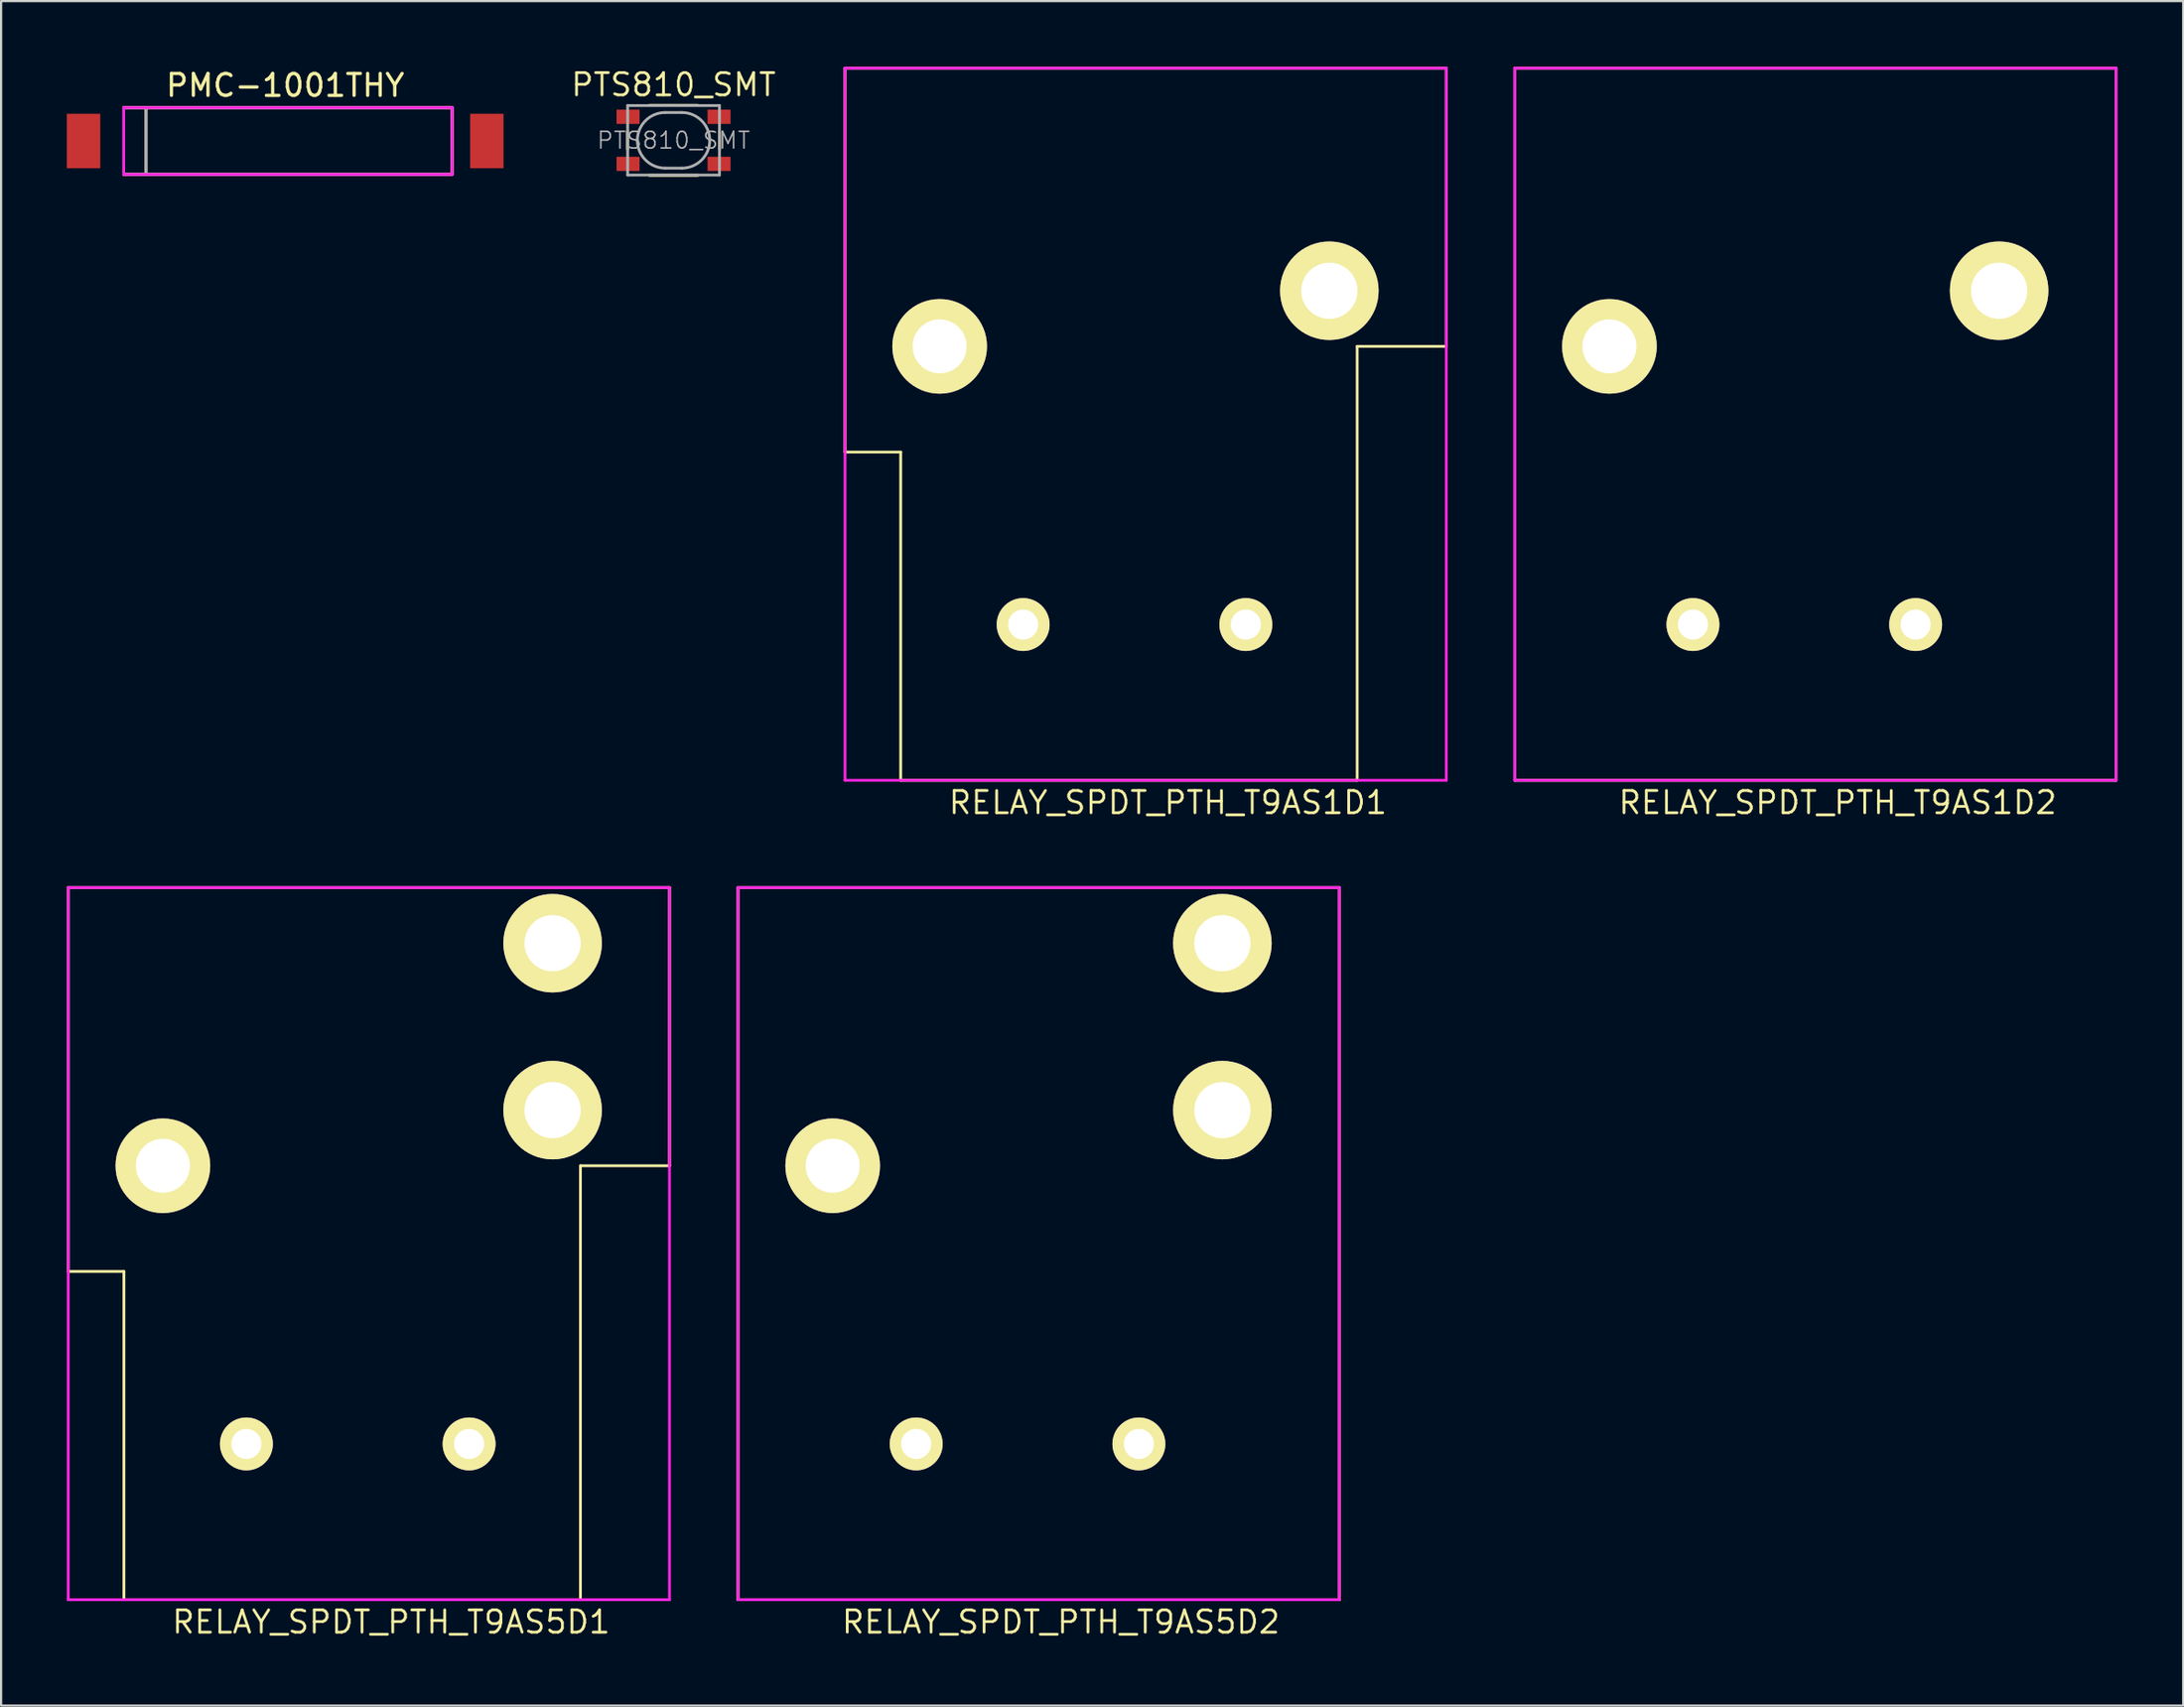
<source format=kicad_pcb>
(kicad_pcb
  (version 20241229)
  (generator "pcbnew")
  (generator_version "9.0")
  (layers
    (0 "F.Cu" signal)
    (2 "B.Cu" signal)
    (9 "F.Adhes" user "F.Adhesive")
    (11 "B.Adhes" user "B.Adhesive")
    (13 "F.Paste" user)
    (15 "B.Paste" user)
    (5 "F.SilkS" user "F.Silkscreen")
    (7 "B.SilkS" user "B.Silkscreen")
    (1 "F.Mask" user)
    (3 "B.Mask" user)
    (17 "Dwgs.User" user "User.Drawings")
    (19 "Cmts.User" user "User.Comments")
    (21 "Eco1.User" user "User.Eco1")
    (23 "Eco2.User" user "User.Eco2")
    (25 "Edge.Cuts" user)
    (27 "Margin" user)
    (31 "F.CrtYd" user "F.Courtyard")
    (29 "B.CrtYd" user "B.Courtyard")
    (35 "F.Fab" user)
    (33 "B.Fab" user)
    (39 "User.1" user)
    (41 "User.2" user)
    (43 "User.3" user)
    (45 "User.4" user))
  (footprint "RELAY_SPDT_PTH_T9AS5D1"
    (layer "F.Cu")
    (at 14.796 52.712)
    (property "Reference" "RELAY_SPDT_PTH_T9AS5D1" (at 0 18.288 0) (layer "F.SilkS") (effects (font (size 1.016 1.016) (thickness 0.127))))
    (attr through_hole)
    (fp_line (start -14.732 -15.24) (end -14.732 2.286) (stroke (width 0.127) (type solid)) (layer "F.SilkS"))
    (fp_line (start -14.732 2.286) (end -12.192 2.286) (stroke (width 0.127) (type solid)) (layer "F.SilkS"))
    (fp_line (start -12.192 2.286) (end -12.192 17.272) (stroke (width 0.127) (type solid)) (layer "F.SilkS"))
    (fp_line (start -12.192 17.272) (end 8.636 17.272) (stroke (width 0.127) (type solid)) (layer "F.SilkS"))
    (fp_line (start 8.636 -2.54) (end 8.636 17.272) (stroke (width 0.127) (type solid)) (layer "F.SilkS"))
    (fp_line (start 8.636 -2.54) (end 12.7 -2.54) (stroke (width 0.127) (type solid)) (layer "F.SilkS"))
    (fp_line (start 12.7 -15.24) (end -14.732 -15.24) (stroke (width 0.127) (type solid)) (layer "F.SilkS"))
    (fp_line (start 12.7 -2.54) (end 12.7 -15.24) (stroke (width 0.127) (type solid)) (layer "F.SilkS"))
    (fp_line (start -14.732 -15.24) (end 12.7 -15.24) (stroke (width 0.127) (type solid)) (layer "F.CrtYd"))
    (fp_line (start -14.732 17.272) (end -14.732 -15.24) (stroke (width 0.127) (type solid)) (layer "F.CrtYd"))
    (fp_line (start 12.7 -15.24) (end 12.7 17.272) (stroke (width 0.127) (type solid)) (layer "F.CrtYd"))
    (fp_line (start 12.7 17.272) (end -14.732 17.272) (stroke (width 0.127) (type solid)) (layer "F.CrtYd"))
    (pad "1" thru_hole circle (at 3.556 10.16 180) (size 2.413 2.413) (drill 1.372) (layers "*.Cu" "*.Mask" "F.SilkS"))
    (pad "2" thru_hole circle (at -6.604 10.16 180) (size 2.413 2.413) (drill 1.372) (layers "*.Cu" "*.Mask" "F.SilkS"))
    (pad "3" thru_hole circle (at 7.366 -5.08 180) (size 4.496 4.496) (drill 2.565) (layers "*.Cu" "*.Mask" "F.SilkS"))
    (pad "4" thru_hole circle (at -10.414 -2.54 180) (size 4.318 4.318) (drill 2.464) (layers "*.Cu" "*.Mask" "F.SilkS"))
    (pad "5" thru_hole circle (at 7.366 -12.7 180) (size 4.496 4.496) (drill 2.565) (layers "*.Cu" "*.Mask" "F.SilkS")))
  (footprint "PTS810_SMT"
    (layer "F.Cu")
    (at 27.681 3.357)
    (property "Reference" "PTS810_SMT" (at 0 -2.54 0) (layer "F.SilkS") (effects (font (size 1.016 1.016) (thickness 0.127))))
    (attr through_hole)
    (fp_line (start -2.1 0.4) (end -2.1 -0.4) (stroke (width 0.127) (type solid)) (layer "F.SilkS"))
    (fp_line (start -1.1 -1.6) (end 1.1 -1.6) (stroke (width 0.127) (type solid)) (layer "F.SilkS"))
    (fp_line (start 1.1 1.6) (end -1.1 1.6) (stroke (width 0.127) (type solid)) (layer "F.SilkS"))
    (fp_line (start 2.1 -0.4) (end 2.1 0.4) (stroke (width 0.127) (type solid)) (layer "F.SilkS"))
    (fp_line (start -2.095 -1.587) (end 2.095 -1.587) (stroke (width 0.127) (type solid)) (layer "F.Fab"))
    (fp_line (start -2.095 1.587) (end -2.095 -1.587) (stroke (width 0.127) (type solid)) (layer "F.Fab"))
    (fp_line (start -0.381 -1.27) (end 0.381 -1.27) (stroke (width 0.127) (type solid)) (layer "F.Fab"))
    (fp_line (start -0.381 1.27) (end 0.381 1.27) (stroke (width 0.127) (type solid)) (layer "F.Fab"))
    (fp_line (start 2.095 -1.587) (end 2.095 1.587) (stroke (width 0.127) (type solid)) (layer "F.Fab"))
    (fp_line (start 2.095 1.587) (end -2.095 1.587) (stroke (width 0.127) (type solid)) (layer "F.Fab"))
    (fp_arc (start -1.651 0) (mid -1.279026 -0.898026) (end -0.381 -1.27) (stroke (width 0.127) (type solid)) (layer "F.Fab"))
    (fp_arc (start -0.381 1.27) (mid -1.279026 0.898026) (end -1.651 0) (stroke (width 0.127) (type solid)) (layer "F.Fab"))
    (fp_arc (start 0.381 -1.27) (mid 1.279026 -0.898026) (end 1.651 0) (stroke (width 0.127) (type solid)) (layer "F.Fab"))
    (fp_arc (start 1.651 0) (mid 1.279026 0.898026) (end 0.381 1.27) (stroke (width 0.127) (type solid)) (layer "F.Fab"))
    (fp_text user "${REFERENCE}" (at 0 0 0) (layer "F.Fab") (effects (font (size 0.762 0.762) (thickness 0.076))))
    (pad "1" smd rect (at -2.075 -1.075) (size 1.05 0.65) (layers "F.Cu" "F.Mask" "F.Paste"))
    (pad "2" smd rect (at 2.075 -1.075) (size 1.05 0.65) (layers "F.Cu" "F.Mask" "F.Paste"))
    (pad "3" smd rect (at -2.075 1.075) (size 1.05 0.65) (layers "F.Cu" "F.Mask" "F.Paste"))
    (pad "4" smd rect (at 2.075 1.075) (size 1.05 0.65) (layers "F.Cu" "F.Mask" "F.Paste")))
  (footprint "PMC-1001THY"
    (layer "F.Cu")
    (at 9.962 3.388)
    (property "Reference" "PMC-1001THY" (at 0 -2.54 0) (layer "F.SilkS") (effects (font (size 1 1) (thickness 0.15))))
    (attr through_hole)
    (fp_line (start -7.366 -1.524) (end -7.366 1.524) (stroke (width 0.127) (type solid)) (layer "F.SilkS"))
    (fp_line (start -7.366 1.524) (end 7.62 1.524) (stroke (width 0.127) (type solid)) (layer "F.SilkS"))
    (fp_line (start -6.35 -1.524) (end -6.35 1.524) (stroke (width 0.127) (type solid)) (layer "F.SilkS"))
    (fp_line (start 7.62 -1.524) (end -7.366 -1.524) (stroke (width 0.127) (type solid)) (layer "F.SilkS"))
    (fp_line (start 7.62 1.524) (end 7.62 -1.524) (stroke (width 0.127) (type solid)) (layer "F.SilkS"))
    (fp_line (start -7.366 -1.524) (end -7.366 1.524) (stroke (width 0.127) (type solid)) (layer "F.CrtYd"))
    (fp_line (start -7.366 1.524) (end 7.62 1.524) (stroke (width 0.127) (type solid)) (layer "F.CrtYd"))
    (fp_line (start 7.62 -1.524) (end -7.366 -1.524) (stroke (width 0.127) (type solid)) (layer "F.CrtYd"))
    (fp_line (start 7.62 1.524) (end 7.62 -1.524) (stroke (width 0.127) (type solid)) (layer "F.CrtYd"))
    (fp_line (start -7.366 -1.524) (end -7.366 1.524) (stroke (width 0.127) (type solid)) (layer "F.Fab"))
    (fp_line (start -7.366 1.524) (end 7.62 1.524) (stroke (width 0.127) (type solid)) (layer "F.Fab"))
    (fp_line (start -6.35 -1.524) (end -6.35 1.524) (stroke (width 0.127) (type solid)) (layer "F.Fab"))
    (fp_line (start 7.62 -1.524) (end -7.366 -1.524) (stroke (width 0.127) (type solid)) (layer "F.Fab"))
    (fp_line (start 7.62 1.524) (end 7.62 -1.524) (stroke (width 0.127) (type solid)) (layer "F.Fab"))
    (pad "1" smd rect (at -9.2 0) (size 1.524 2.489) (layers "F.Cu" "F.Mask" "F.Paste"))
    (pad "2" smd rect (at 9.2 0) (size 1.524 2.489) (layers "F.Cu" "F.Mask" "F.Paste")))
  (footprint "RELAY_SPDT_PTH_T9AS1D1"
    (layer "F.Cu")
    (at 50.235 15.303)
    (property "Reference" "RELAY_SPDT_PTH_T9AS1D1" (at 0 18.288 0) (layer "F.SilkS") (effects (font (size 1.016 1.016) (thickness 0.127))))
    (attr through_hole)
    (fp_line (start -14.732 -15.24) (end -14.732 2.286) (stroke (width 0.127) (type solid)) (layer "F.SilkS"))
    (fp_line (start -14.732 2.286) (end -12.192 2.286) (stroke (width 0.127) (type solid)) (layer "F.SilkS"))
    (fp_line (start -12.192 2.286) (end -12.192 17.272) (stroke (width 0.127) (type solid)) (layer "F.SilkS"))
    (fp_line (start -12.192 17.272) (end 8.636 17.272) (stroke (width 0.127) (type solid)) (layer "F.SilkS"))
    (fp_line (start 8.636 -2.54) (end 8.636 17.272) (stroke (width 0.127) (type solid)) (layer "F.SilkS"))
    (fp_line (start 8.636 -2.54) (end 12.7 -2.54) (stroke (width 0.127) (type solid)) (layer "F.SilkS"))
    (fp_line (start 12.7 -15.24) (end -14.732 -15.24) (stroke (width 0.127) (type solid)) (layer "F.SilkS"))
    (fp_line (start 12.7 -2.54) (end 12.7 -15.24) (stroke (width 0.127) (type solid)) (layer "F.SilkS"))
    (fp_line (start -14.732 -15.24) (end 12.7 -15.24) (stroke (width 0.127) (type solid)) (layer "F.CrtYd"))
    (fp_line (start -14.732 17.272) (end -14.732 -15.24) (stroke (width 0.127) (type solid)) (layer "F.CrtYd"))
    (fp_line (start 12.7 -15.24) (end 12.7 17.272) (stroke (width 0.127) (type solid)) (layer "F.CrtYd"))
    (fp_line (start 12.7 17.272) (end -14.732 17.272) (stroke (width 0.127) (type solid)) (layer "F.CrtYd"))
    (pad "1" thru_hole circle (at 3.556 10.16 180) (size 2.413 2.413) (drill 1.372) (layers "*.Cu" "*.Mask" "F.SilkS"))
    (pad "2" thru_hole circle (at -6.604 10.16 180) (size 2.413 2.413) (drill 1.372) (layers "*.Cu" "*.Mask" "F.SilkS"))
    (pad "3" thru_hole circle (at 7.366 -5.08 180) (size 4.496 4.496) (drill 2.565) (layers "*.Cu" "*.Mask" "F.SilkS"))
    (pad "4" thru_hole circle (at -10.414 -2.54 180) (size 4.318 4.318) (drill 2.464) (layers "*.Cu" "*.Mask" "F.SilkS")))
  (footprint "RELAY_SPDT_PTH_T9AS5D2"
    (layer "F.Cu")
    (at 45.355 52.712)
    (property "Reference" "RELAY_SPDT_PTH_T9AS5D2" (at 0 18.288 0) (layer "F.SilkS") (effects (font (size 1.016 1.016) (thickness 0.127))))
    (attr through_hole)
    (fp_line (start -14.732 -15.24) (end -14.732 17.272) (stroke (width 0.127) (type solid)) (layer "F.SilkS"))
    (fp_line (start -14.732 17.272) (end 12.7 17.272) (stroke (width 0.127) (type solid)) (layer "F.SilkS"))
    (fp_line (start 12.7 -15.24) (end -14.732 -15.24) (stroke (width 0.127) (type solid)) (layer "F.SilkS"))
    (fp_line (start 12.7 -15.24) (end 12.7 17.272) (stroke (width 0.127) (type solid)) (layer "F.SilkS"))
    (fp_line (start -14.732 -15.24) (end 12.7 -15.24) (stroke (width 0.127) (type solid)) (layer "F.CrtYd"))
    (fp_line (start -14.732 17.272) (end -14.732 -15.24) (stroke (width 0.127) (type solid)) (layer "F.CrtYd"))
    (fp_line (start 12.7 -15.24) (end 12.7 17.272) (stroke (width 0.127) (type solid)) (layer "F.CrtYd"))
    (fp_line (start 12.7 17.272) (end -14.732 17.272) (stroke (width 0.127) (type solid)) (layer "F.CrtYd"))
    (pad "1" thru_hole circle (at 3.556 10.16 180) (size 2.413 2.413) (drill 1.372) (layers "*.Cu" "*.Mask" "F.SilkS"))
    (pad "2" thru_hole circle (at -6.604 10.16 180) (size 2.413 2.413) (drill 1.372) (layers "*.Cu" "*.Mask" "F.SilkS"))
    (pad "3" thru_hole circle (at 7.366 -5.08 180) (size 4.496 4.496) (drill 2.565) (layers "*.Cu" "*.Mask" "F.SilkS"))
    (pad "4" thru_hole circle (at -10.414 -2.54 180) (size 4.318 4.318) (drill 2.464) (layers "*.Cu" "*.Mask" "F.SilkS"))
    (pad "5" thru_hole circle (at 7.366 -12.7 180) (size 4.496 4.496) (drill 2.565) (layers "*.Cu" "*.Mask" "F.SilkS")))
  (footprint "RELAY_SPDT_PTH_T9AS1D2"
    (layer "F.Cu")
    (at 80.794 15.303)
    (property "Reference" "RELAY_SPDT_PTH_T9AS1D2" (at 0 18.288 0) (layer "F.SilkS") (effects (font (size 1.016 1.016) (thickness 0.127))))
    (attr through_hole)
    (fp_line (start -14.732 -15.24) (end -14.732 17.272) (stroke (width 0.127) (type solid)) (layer "F.SilkS"))
    (fp_line (start -14.732 17.272) (end 12.7 17.272) (stroke (width 0.127) (type solid)) (layer "F.SilkS"))
    (fp_line (start 12.7 -15.24) (end -14.732 -15.24) (stroke (width 0.127) (type solid)) (layer "F.SilkS"))
    (fp_line (start 12.7 -15.24) (end 12.7 17.272) (stroke (width 0.127) (type solid)) (layer "F.SilkS"))
    (fp_line (start -14.732 -15.24) (end 12.7 -15.24) (stroke (width 0.127) (type solid)) (layer "F.CrtYd"))
    (fp_line (start -14.732 17.272) (end -14.732 -15.24) (stroke (width 0.127) (type solid)) (layer "F.CrtYd"))
    (fp_line (start 12.7 -15.24) (end 12.7 17.272) (stroke (width 0.127) (type solid)) (layer "F.CrtYd"))
    (fp_line (start 12.7 17.272) (end -14.732 17.272) (stroke (width 0.127) (type solid)) (layer "F.CrtYd"))
    (pad "1" thru_hole circle (at 3.556 10.16 180) (size 2.413 2.413) (drill 1.372) (layers "*.Cu" "*.Mask" "F.SilkS"))
    (pad "2" thru_hole circle (at -6.604 10.16 180) (size 2.413 2.413) (drill 1.372) (layers "*.Cu" "*.Mask" "F.SilkS"))
    (pad "3" thru_hole circle (at 7.366 -5.08 180) (size 4.496 4.496) (drill 2.565) (layers "*.Cu" "*.Mask" "F.SilkS"))
    (pad "4" thru_hole circle (at -10.414 -2.54 180) (size 4.318 4.318) (drill 2.464) (layers "*.Cu" "*.Mask" "F.SilkS")))
  (gr_rect
    (start -3 -3)
    (end 96.557 74.817)
    (stroke (width 0.1) (type default))
    (fill no)
    (layer "Edge.Cuts")))
</source>
